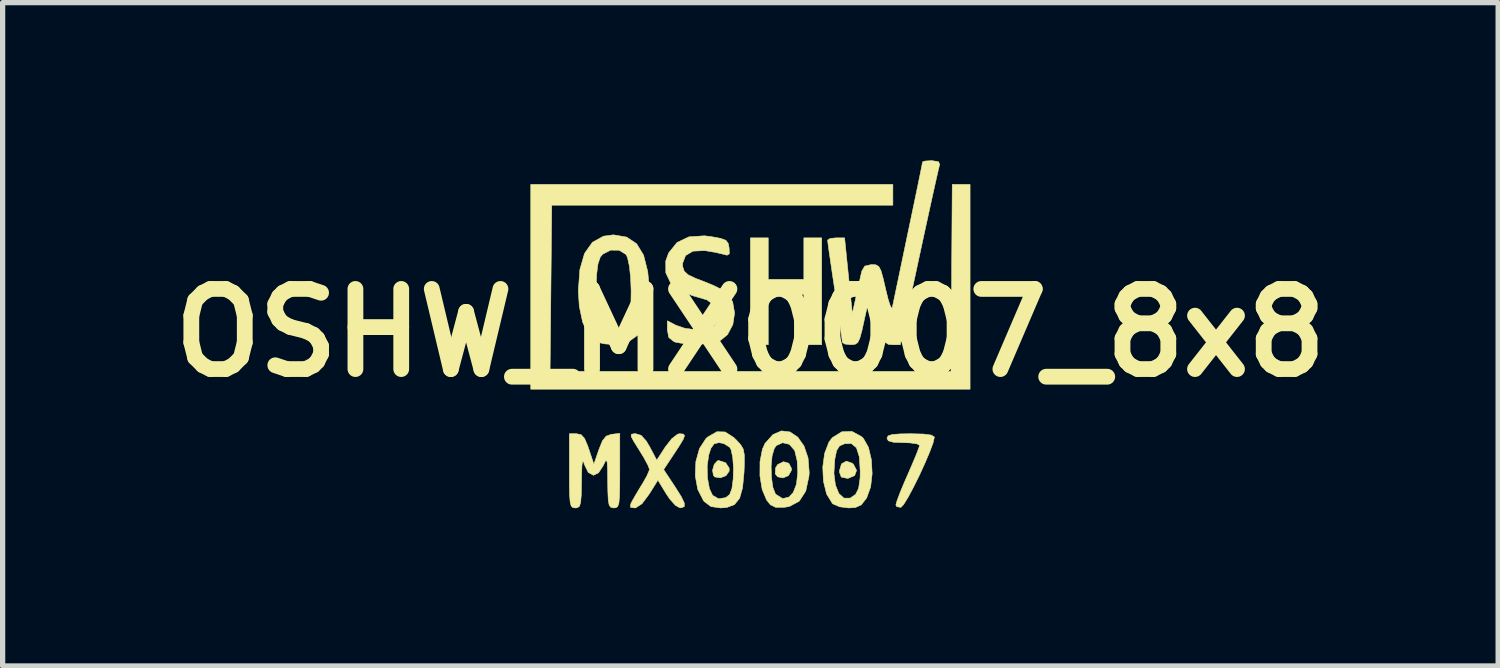
<source format=kicad_pcb>
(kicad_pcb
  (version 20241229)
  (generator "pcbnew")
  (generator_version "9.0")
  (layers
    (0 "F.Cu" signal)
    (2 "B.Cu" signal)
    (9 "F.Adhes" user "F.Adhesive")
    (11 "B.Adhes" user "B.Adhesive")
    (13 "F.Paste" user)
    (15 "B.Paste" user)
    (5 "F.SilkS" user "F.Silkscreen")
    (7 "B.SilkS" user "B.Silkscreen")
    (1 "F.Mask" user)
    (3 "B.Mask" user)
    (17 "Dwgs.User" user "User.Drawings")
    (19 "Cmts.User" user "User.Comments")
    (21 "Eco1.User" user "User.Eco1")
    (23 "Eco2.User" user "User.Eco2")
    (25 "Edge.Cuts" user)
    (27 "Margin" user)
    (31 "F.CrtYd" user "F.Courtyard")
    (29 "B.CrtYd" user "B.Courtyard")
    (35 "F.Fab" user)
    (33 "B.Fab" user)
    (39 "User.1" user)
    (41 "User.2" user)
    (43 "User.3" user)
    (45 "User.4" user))
  (footprint "OSHW_MX0007_8x8"
    (layer "F.Cu")
    (at 11.22 3.279)
    (property "Reference" "OSHW_MX0007_8x8" (at 0 0 0) (layer "F.SilkS") (effects (font (size 1.524 1.524) (thickness 0.3))))
    (attr through_hole)
    (fp_poly (pts (xy 0.73 2.481) (xy 0.78 2.576) (xy 0.779 2.618) (xy 0.723 2.715) (xy 0.621 2.759) (xy 0.518 2.738) (xy 0.472 2.681) (xy 0.478 2.568) (xy 0.518 2.505) (xy 0.629 2.451) (xy 0.73 2.481)) (stroke (width 0.01) (type solid)) (fill yes) (layer "F.SilkS"))
    (fp_poly (pts (xy -0.471 2.471) (xy -0.404 2.573) (xy -0.404 2.631) (xy -0.465 2.717) (xy -0.573 2.758) (xy -0.675 2.741) (xy -0.704 2.712) (xy -0.72 2.612) (xy -0.687 2.5) (xy -0.624 2.432) (xy -0.603 2.428) (xy -0.471 2.471)) (stroke (width 0.01) (type solid)) (fill yes) (layer "F.SilkS"))
    (fp_poly (pts (xy 1.94 2.482) (xy 1.959 2.5) (xy 2.019 2.615) (xy 1.982 2.714) (xy 1.864 2.765) (xy 1.836 2.766) (xy 1.728 2.743) (xy 1.694 2.653) (xy 1.693 2.623) (xy 1.732 2.492) (xy 1.825 2.44) (xy 1.94 2.482)) (stroke (width 0.01) (type solid)) (fill yes) (layer "F.SilkS"))
    (fp_poly (pts (xy 0.339 -1.016) (xy 1.016 -1.016) (xy 1.016 -1.806) (xy 1.355 -1.806) (xy 1.355 0.226) (xy 1.016 0.226) (xy 1.016 -0.734) (xy 0.339 -0.734) (xy 0.339 0.226) (xy 0 0.226) (xy 0 -1.806) (xy 0.339 -1.806) (xy 0.339 -1.016)) (stroke (width 0.01) (type solid)) (fill yes) (layer "F.SilkS"))
    (fp_poly (pts (xy 2.709 -2.427) (xy -3.778 -2.427) (xy -3.81 0.734) (xy 0.002 0.734) (xy 3.814 0.734) (xy 3.815 0.607) (xy 3.816 0.519) (xy 3.817 0.334) (xy 3.819 0.067) (xy 3.821 -0.266) (xy 3.824 -0.651) (xy 3.827 -1.071) (xy 3.827 -1.171) (xy 3.838 -2.822) (xy 4.177 -2.822) (xy 4.177 1.072) (xy -4.177 1.072) (xy -4.177 -2.822) (xy 2.709 -2.822) (xy 2.709 -2.427)) (stroke (width 0.01) (type solid)) (fill yes) (layer "F.SilkS"))
    (fp_poly (pts (xy 3.293 1.925) (xy 3.438 1.944) (xy 3.495 1.978) (xy 3.497 1.99) (xy 3.472 2.098) (xy 3.407 2.271) (xy 3.316 2.485) (xy 3.21 2.716) (xy 3.099 2.939) (xy 2.997 3.13) (xy 2.913 3.265) (xy 2.861 3.32) (xy 2.861 3.32) (xy 2.781 3.304) (xy 2.766 3.271) (xy 2.788 3.194) (xy 2.846 3.039) (xy 2.931 2.834) (xy 2.992 2.696) (xy 3.088 2.474) (xy 3.164 2.291) (xy 3.209 2.17) (xy 3.217 2.138) (xy 3.166 2.111) (xy 3.035 2.093) (xy 2.907 2.088) (xy 2.72 2.081) (xy 2.623 2.054) (xy 2.596 2.004) (xy 2.618 1.96) (xy 2.695 1.934) (xy 2.848 1.922) (xy 3.048 1.919) (xy 3.293 1.925)) (stroke (width 0.01) (type solid)) (fill yes) (layer "F.SilkS"))
    (fp_poly (pts (xy 0.753 1.885) (xy 0.9 1.984) (xy 1.019 2.152) (xy 1.096 2.379) (xy 1.118 2.655) (xy 1.113 2.728) (xy 1.052 3.011) (xy 0.928 3.202) (xy 0.739 3.303) (xy 0.638 3.319) (xy 0.479 3.318) (xy 0.38 3.27) (xy 0.307 3.178) (xy 0.223 2.978) (xy 0.181 2.721) (xy 0.182 2.538) (xy 0.394 2.538) (xy 0.4 2.751) (xy 0.427 2.939) (xy 0.475 3.062) (xy 0.484 3.072) (xy 0.614 3.153) (xy 0.735 3.122) (xy 0.815 3.035) (xy 0.875 2.881) (xy 0.9 2.666) (xy 0.89 2.438) (xy 0.844 2.246) (xy 0.838 2.232) (xy 0.74 2.12) (xy 0.612 2.09) (xy 0.493 2.144) (xy 0.454 2.198) (xy 0.412 2.34) (xy 0.394 2.538) (xy 0.182 2.538) (xy 0.182 2.451) (xy 0.228 2.214) (xy 0.277 2.104) (xy 0.428 1.935) (xy 0.591 1.865) (xy 0.753 1.885)) (stroke (width 0.01) (type solid)) (fill yes) (layer "F.SilkS"))
    (fp_poly (pts (xy 2.114 1.974) (xy 2.148 2.007) (xy 2.244 2.176) (xy 2.3 2.412) (xy 2.315 2.677) (xy 2.286 2.931) (xy 2.212 3.135) (xy 2.205 3.147) (xy 2.108 3.271) (xy 1.996 3.322) (xy 1.868 3.33) (xy 1.696 3.308) (xy 1.569 3.253) (xy 1.558 3.243) (xy 1.449 3.066) (xy 1.389 2.824) (xy 1.381 2.67) (xy 1.588 2.67) (xy 1.616 2.893) (xy 1.682 3.056) (xy 1.778 3.144) (xy 1.896 3.144) (xy 2 3.072) (xy 2.058 2.958) (xy 2.086 2.757) (xy 2.088 2.631) (xy 2.071 2.358) (xy 2.016 2.185) (xy 1.918 2.105) (xy 1.79 2.109) (xy 1.694 2.151) (xy 1.639 2.24) (xy 1.605 2.401) (xy 1.588 2.67) (xy 1.381 2.67) (xy 1.376 2.553) (xy 1.411 2.292) (xy 1.494 2.076) (xy 1.556 1.995) (xy 1.737 1.882) (xy 1.931 1.875) (xy 2.114 1.974)) (stroke (width 0.01) (type solid)) (fill yes) (layer "F.SilkS"))
    (fp_poly (pts (xy -0.481 1.885) (xy -0.316 1.991) (xy -0.272 2.034) (xy -0.187 2.125) (xy -0.137 2.209) (xy -0.116 2.318) (xy -0.115 2.484) (xy -0.121 2.649) (xy -0.149 2.946) (xy -0.206 3.147) (xy -0.304 3.267) (xy -0.452 3.322) (xy -0.569 3.33) (xy -0.75 3.304) (xy -0.876 3.21) (xy -0.893 3.19) (xy -1.002 2.976) (xy -1.049 2.717) (xy -1.041 2.53) (xy -0.822 2.53) (xy -0.817 2.758) (xy -0.78 2.962) (xy -0.72 3.09) (xy -0.606 3.155) (xy -0.471 3.135) (xy -0.395 3.076) (xy -0.352 2.964) (xy -0.328 2.782) (xy -0.322 2.57) (xy -0.336 2.369) (xy -0.369 2.219) (xy -0.392 2.177) (xy -0.505 2.106) (xy -0.597 2.088) (xy -0.69 2.11) (xy -0.751 2.195) (xy -0.792 2.321) (xy -0.822 2.53) (xy -1.041 2.53) (xy -1.037 2.446) (xy -0.968 2.199) (xy -0.844 2.009) (xy -0.809 1.979) (xy -0.638 1.881) (xy -0.481 1.885)) (stroke (width 0.01) (type solid)) (fill yes) (layer "F.SilkS"))
    (fp_poly (pts (xy -1.277 1.925) (xy -1.252 1.954) (xy -1.278 2.026) (xy -1.359 2.16) (xy -1.446 2.292) (xy -1.65 2.6) (xy -1.446 2.908) (xy -1.318 3.11) (xy -1.257 3.237) (xy -1.258 3.305) (xy -1.317 3.328) (xy -1.341 3.328) (xy -1.426 3.281) (xy -1.534 3.16) (xy -1.599 3.064) (xy -1.759 2.801) (xy -1.924 3.065) (xy -2.062 3.25) (xy -2.181 3.328) (xy -2.203 3.33) (xy -2.281 3.318) (xy -2.278 3.259) (xy -2.251 3.203) (xy -2.177 3.074) (xy -2.078 2.909) (xy -2.051 2.866) (xy -1.97 2.724) (xy -1.924 2.617) (xy -1.919 2.595) (xy -1.948 2.519) (xy -2.022 2.381) (xy -2.116 2.227) (xy -2.22 2.061) (xy -2.268 1.969) (xy -2.263 1.929) (xy -2.211 1.919) (xy -2.18 1.919) (xy -2.077 1.95) (xy -1.981 2.057) (xy -1.914 2.17) (xy -1.781 2.422) (xy -1.618 2.17) (xy -1.495 2.013) (xy -1.385 1.928) (xy -1.348 1.919) (xy -1.277 1.925)) (stroke (width 0.01) (type solid)) (fill yes) (layer "F.SilkS"))
    (fp_poly (pts (xy -2.355 -1.821) (xy -2.165 -1.695) (xy -2.032 -1.478) (xy -1.953 -1.166) (xy -1.93 -0.93) (xy -1.936 -0.513) (xy -2.006 -0.19) (xy -2.139 0.042) (xy -2.334 0.18) (xy -2.591 0.224) (xy -2.772 0.21) (xy -2.919 0.177) (xy -2.955 0.162) (xy -3.089 0.024) (xy -3.191 -0.205) (xy -3.254 -0.505) (xy -3.273 -0.803) (xy -3.268 -0.86) (xy -2.933 -0.86) (xy -2.924 -0.606) (xy -2.899 -0.377) (xy -2.859 -0.207) (xy -2.827 -0.147) (xy -2.7 -0.071) (xy -2.541 -0.072) (xy -2.395 -0.143) (xy -2.327 -0.226) (xy -2.291 -0.356) (xy -2.272 -0.559) (xy -2.268 -0.801) (xy -2.278 -1.049) (xy -2.302 -1.271) (xy -2.338 -1.433) (xy -2.366 -1.49) (xy -2.498 -1.571) (xy -2.659 -1.572) (xy -2.806 -1.497) (xy -2.855 -1.441) (xy -2.899 -1.311) (xy -2.925 -1.106) (xy -2.933 -0.86) (xy -3.268 -0.86) (xy -3.243 -1.205) (xy -3.154 -1.511) (xy -3.004 -1.722) (xy -2.793 -1.838) (xy -2.605 -1.863) (xy -2.355 -1.821)) (stroke (width 0.01) (type solid)) (fill yes) (layer "F.SilkS"))
    (fp_poly (pts (xy -2.484 2.621) (xy -2.485 2.915) (xy -2.49 3.114) (xy -2.501 3.237) (xy -2.523 3.301) (xy -2.558 3.326) (xy -2.596 3.33) (xy -2.651 3.321) (xy -2.685 3.28) (xy -2.703 3.184) (xy -2.711 3.013) (xy -2.714 2.836) (xy -2.717 2.603) (xy -2.723 2.469) (xy -2.737 2.421) (xy -2.761 2.445) (xy -2.799 2.526) (xy -2.888 2.662) (xy -2.984 2.709) (xy -3.083 2.655) (xy -3.147 2.526) (xy -3.175 2.452) (xy -3.193 2.449) (xy -3.204 2.529) (xy -3.21 2.703) (xy -3.212 2.836) (xy -3.216 3.074) (xy -3.228 3.22) (xy -3.25 3.297) (xy -3.29 3.326) (xy -3.33 3.33) (xy -3.377 3.324) (xy -3.409 3.292) (xy -3.428 3.217) (xy -3.439 3.081) (xy -3.443 2.864) (xy -3.443 2.625) (xy -3.443 1.919) (xy -3.307 1.919) (xy -3.219 1.937) (xy -3.155 2.007) (xy -3.092 2.155) (xy -3.074 2.209) (xy -2.977 2.499) (xy -2.882 2.223) (xy -2.814 2.053) (xy -2.743 1.965) (xy -2.648 1.931) (xy -2.635 1.929) (xy -2.484 1.912) (xy -2.484 2.621)) (stroke (width 0.01) (type solid)) (fill yes) (layer "F.SilkS"))
    (fp_poly (pts (xy -0.75 -1.83) (xy -0.566 -1.796) (xy -0.465 -1.758) (xy -0.421 -1.698) (xy -0.405 -1.615) (xy -0.401 -1.503) (xy -0.444 -1.476) (xy -0.518 -1.495) (xy -0.661 -1.529) (xy -0.845 -1.56) (xy -0.88 -1.564) (xy -1.093 -1.553) (xy -1.234 -1.469) (xy -1.29 -1.32) (xy -1.287 -1.256) (xy -1.259 -1.172) (xy -1.184 -1.103) (xy -1.037 -1.033) (xy -0.914 -0.987) (xy -0.713 -0.906) (xy -0.544 -0.823) (xy -0.452 -0.762) (xy -0.338 -0.591) (xy -0.301 -0.377) (xy -0.334 -0.157) (xy -0.435 0.033) (xy -0.566 0.142) (xy -0.738 0.194) (xy -0.97 0.218) (xy -1.212 0.215) (xy -1.414 0.181) (xy -1.453 0.168) (xy -1.552 0.089) (xy -1.58 -0.056) (xy -1.58 -0.229) (xy -1.414 -0.143) (xy -1.246 -0.086) (xy -1.046 -0.06) (xy -0.855 -0.066) (xy -0.716 -0.104) (xy -0.689 -0.124) (xy -0.638 -0.228) (xy -0.621 -0.349) (xy -0.672 -0.509) (xy -0.825 -0.626) (xy -1.081 -0.701) (xy -1.334 -0.789) (xy -1.514 -0.942) (xy -1.609 -1.141) (xy -1.61 -1.367) (xy -1.555 -1.519) (xy -1.396 -1.717) (xy -1.17 -1.825) (xy -0.875 -1.845) (xy -0.75 -1.83)) (stroke (width 0.01) (type solid)) (fill yes) (layer "F.SilkS"))
    (fp_poly (pts (xy 3.576 -3.255) (xy 3.599 -3.203) (xy 3.581 -3.132) (xy 3.543 -2.965) (xy 3.487 -2.715) (xy 3.417 -2.398) (xy 3.336 -2.027) (xy 3.247 -1.616) (xy 3.212 -1.453) (xy 2.85 0.226) (xy 2.699 0.226) (xy 2.622 0.219) (xy 2.569 0.182) (xy 2.527 0.093) (xy 2.483 -0.071) (xy 2.452 -0.212) (xy 2.402 -0.428) (xy 2.356 -0.605) (xy 2.323 -0.71) (xy 2.319 -0.72) (xy 2.292 -0.701) (xy 2.251 -0.591) (xy 2.202 -0.41) (xy 2.173 -0.283) (xy 2.121 -0.044) (xy 2.08 0.105) (xy 2.04 0.186) (xy 1.989 0.219) (xy 1.916 0.226) (xy 1.908 0.226) (xy 1.793 0.213) (xy 1.749 0.183) (xy 1.741 0.116) (xy 1.718 -0.043) (xy 1.684 -0.276) (xy 1.642 -0.562) (xy 1.608 -0.79) (xy 1.561 -1.102) (xy 1.521 -1.375) (xy 1.49 -1.589) (xy 1.472 -1.725) (xy 1.468 -1.764) (xy 1.516 -1.794) (xy 1.629 -1.806) (xy 1.791 -1.806) (xy 1.864 -1.087) (xy 1.938 -0.367) (xy 2.013 -0.706) (xy 2.058 -0.91) (xy 2.098 -1.085) (xy 2.117 -1.171) (xy 2.174 -1.269) (xy 2.3 -1.298) (xy 2.307 -1.298) (xy 2.386 -1.293) (xy 2.441 -1.261) (xy 2.483 -1.181) (xy 2.525 -1.031) (xy 2.571 -0.833) (xy 2.619 -0.638) (xy 2.661 -0.51) (xy 2.69 -0.466) (xy 2.698 -0.48) (xy 2.836 -1.138) (xy 2.952 -1.694) (xy 3.048 -2.152) (xy 3.125 -2.52) (xy 3.184 -2.805) (xy 3.227 -3.014) (xy 3.255 -3.153) (xy 3.27 -3.23) (xy 3.274 -3.251) (xy 3.323 -3.267) (xy 3.442 -3.274) (xy 3.449 -3.274) (xy 3.576 -3.255)) (stroke (width 0.01) (type solid)) (fill yes) (layer "F.SilkS")))
  (gr_rect
    (start -3 -3)
    (end 25.439 9.614)
    (stroke (width 0.1) (type default))
    (fill no)
    (layer "Edge.Cuts")))
</source>
